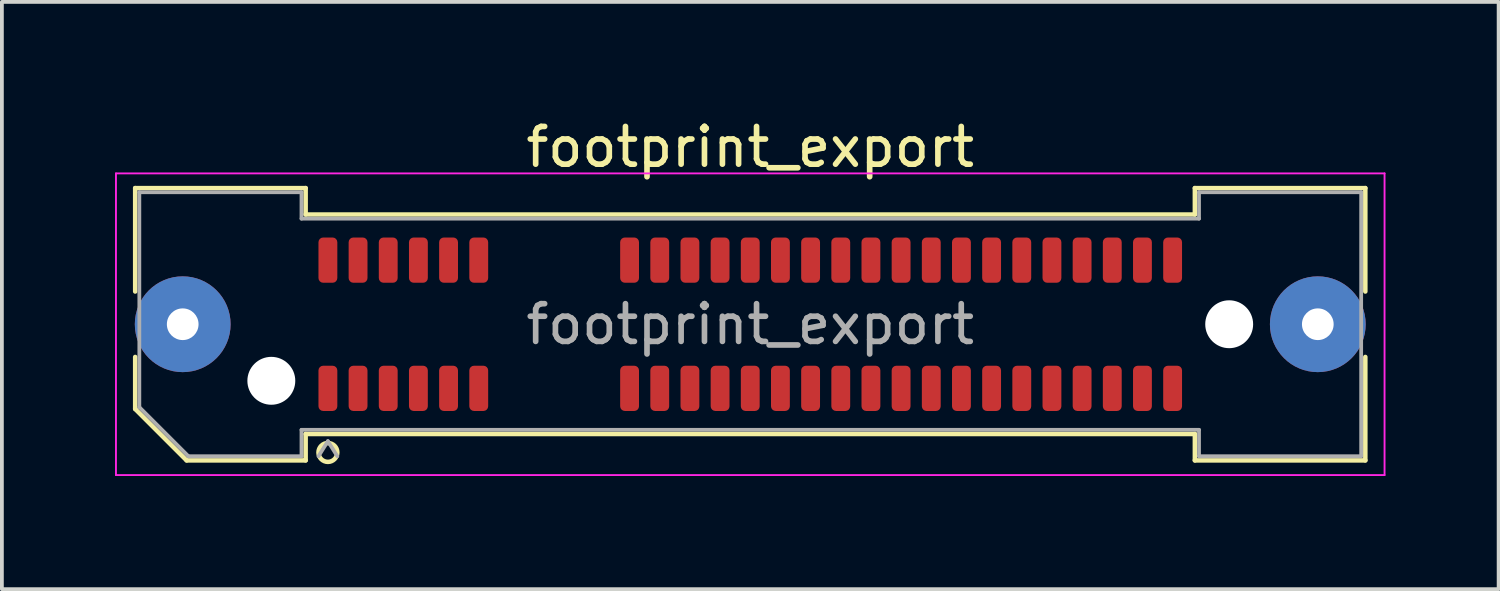
<source format=kicad_pcb>
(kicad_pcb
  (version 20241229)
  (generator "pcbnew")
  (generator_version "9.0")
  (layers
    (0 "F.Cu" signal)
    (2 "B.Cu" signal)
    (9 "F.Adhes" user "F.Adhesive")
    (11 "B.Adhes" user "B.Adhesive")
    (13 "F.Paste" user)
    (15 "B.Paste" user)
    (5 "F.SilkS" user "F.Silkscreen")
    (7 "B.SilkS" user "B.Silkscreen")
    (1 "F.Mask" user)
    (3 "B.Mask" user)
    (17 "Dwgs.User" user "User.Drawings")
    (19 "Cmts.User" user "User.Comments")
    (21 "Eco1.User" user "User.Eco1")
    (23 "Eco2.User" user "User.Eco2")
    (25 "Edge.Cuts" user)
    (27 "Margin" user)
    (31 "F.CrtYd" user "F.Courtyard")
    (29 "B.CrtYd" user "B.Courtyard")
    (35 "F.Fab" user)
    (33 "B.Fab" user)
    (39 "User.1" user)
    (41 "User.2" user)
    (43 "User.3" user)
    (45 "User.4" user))
  (footprint "footprint_export"
    (layer "F.Cu")
    (at 16.845 5.548)
    (property "Reference" "footprint_export" (at 0 -4.7 0) (layer "F.SilkS") (effects (font (size 1 1) (thickness 0.15))))
    (attr smd)
    (fp_line (start -16.31 -3.61) (end -11.79 -3.61) (stroke (width 0.12) (type solid)) (layer "F.SilkS"))
    (fp_line (start -16.31 -0.868) (end -16.31 -3.61) (stroke (width 0.12) (type solid)) (layer "F.SilkS"))
    (fp_line (start -16.31 2.246) (end -16.31 0.868) (stroke (width 0.12) (type solid)) (layer "F.SilkS"))
    (fp_line (start -14.946 3.61) (end -16.31 2.246) (stroke (width 0.12) (type solid)) (layer "F.SilkS"))
    (fp_line (start -11.79 -3.61) (end -11.79 -2.91) (stroke (width 0.12) (type solid)) (layer "F.SilkS"))
    (fp_line (start -11.79 -2.91) (end 11.79 -2.91) (stroke (width 0.12) (type solid)) (layer "F.SilkS"))
    (fp_line (start -11.79 2.91) (end -11.79 3.61) (stroke (width 0.12) (type solid)) (layer "F.SilkS"))
    (fp_line (start -11.79 3.61) (end -14.946 3.61) (stroke (width 0.12) (type solid)) (layer "F.SilkS"))
    (fp_line (start 11.79 -3.61) (end 16.31 -3.61) (stroke (width 0.12) (type solid)) (layer "F.SilkS"))
    (fp_line (start 11.79 -2.91) (end 11.79 -3.61) (stroke (width 0.12) (type solid)) (layer "F.SilkS"))
    (fp_line (start 11.79 2.91) (end -11.79 2.91) (stroke (width 0.12) (type solid)) (layer "F.SilkS"))
    (fp_line (start 11.79 3.61) (end 11.79 2.91) (stroke (width 0.12) (type solid)) (layer "F.SilkS"))
    (fp_line (start 16.31 -3.61) (end 16.31 -0.868) (stroke (width 0.12) (type solid)) (layer "F.SilkS"))
    (fp_line (start 16.31 0.868) (end 16.31 3.61) (stroke (width 0.12) (type solid)) (layer "F.SilkS"))
    (fp_line (start 16.31 3.61) (end 11.79 3.61) (stroke (width 0.12) (type solid)) (layer "F.SilkS"))
    (fp_arc (start -10.95 3.4) (mid -11.45 3.4) (end -10.95 3.4) (stroke (width 0.12) (type solid)) (layer "F.SilkS"))
    (fp_line (start -16.82 -4) (end -16.82 4) (stroke (width 0.05) (type solid)) (layer "F.CrtYd"))
    (fp_line (start -16.82 4) (end 16.82 4) (stroke (width 0.05) (type solid)) (layer "F.CrtYd"))
    (fp_line (start 16.82 -4) (end -16.82 -4) (stroke (width 0.05) (type solid)) (layer "F.CrtYd"))
    (fp_line (start 16.82 4) (end 16.82 -4) (stroke (width 0.05) (type solid)) (layer "F.CrtYd"))
    (fp_line (start -16.2 -3.5) (end -11.9 -3.5) (stroke (width 0.1) (type solid)) (layer "F.Fab"))
    (fp_line (start -16.2 2.2) (end -16.2 -3.5) (stroke (width 0.1) (type solid)) (layer "F.Fab"))
    (fp_line (start -14.9 3.5) (end -16.2 2.2) (stroke (width 0.1) (type solid)) (layer "F.Fab"))
    (fp_line (start -11.9 -3.5) (end -11.9 -2.8) (stroke (width 0.1) (type solid)) (layer "F.Fab"))
    (fp_line (start -11.9 -2.8) (end 11.9 -2.8) (stroke (width 0.1) (type solid)) (layer "F.Fab"))
    (fp_line (start -11.9 2.8) (end -11.9 3.5) (stroke (width 0.1) (type solid)) (layer "F.Fab"))
    (fp_line (start -11.9 3.5) (end -14.9 3.5) (stroke (width 0.1) (type solid)) (layer "F.Fab"))
    (fp_line (start -11.2 3.1) (end -11.45 3.5) (stroke (width 0.1) (type solid)) (layer "F.Fab"))
    (fp_line (start -11.2 3.1) (end -10.95 3.5) (stroke (width 0.1) (type solid)) (layer "F.Fab"))
    (fp_line (start 11.9 -3.5) (end 16.2 -3.5) (stroke (width 0.1) (type solid)) (layer "F.Fab"))
    (fp_line (start 11.9 -2.8) (end 11.9 -3.5) (stroke (width 0.1) (type solid)) (layer "F.Fab"))
    (fp_line (start 11.9 2.8) (end -11.9 2.8) (stroke (width 0.1) (type solid)) (layer "F.Fab"))
    (fp_line (start 11.9 3.5) (end 11.9 2.8) (stroke (width 0.1) (type solid)) (layer "F.Fab"))
    (fp_line (start 16.2 -3.5) (end 16.2 3.5) (stroke (width 0.1) (type solid)) (layer "F.Fab"))
    (fp_line (start 16.2 3.5) (end 11.9 3.5) (stroke (width 0.1) (type solid)) (layer "F.Fab"))
    (fp_text user "${REFERENCE}" (at 0 0 0) (layer "F.Fab") (effects (font (size 1 1) (thickness 0.15))))
    (pad "" thru_hole circle (at -15.05 0) (size 2.54 2.54) (drill 0.84) (layers "*.Cu" "*.Mask" "F.Paste"))
    (pad "" np_thru_hole circle (at -12.7 1.5) (size 1.27 1.27) (drill 1.27) (layers "*.Cu" "*.Mask"))
    (pad "" np_thru_hole circle (at 12.7 0) (size 1.27 1.27) (drill 1.27) (layers "*.Cu" "*.Mask"))
    (pad "" thru_hole circle (at 15.05 0) (size 2.54 2.54) (drill 0.84) (layers "*.Cu" "*.Mask" "F.Paste"))
    (pad "1" smd roundrect (at -11.2 1.7) (size 0.5 1.2) (layers "F.Cu" "F.Mask" "F.Paste") (roundrect_rratio 0.25))
    (pad "2" smd roundrect (at -11.2 -1.7) (size 0.5 1.2) (layers "F.Cu" "F.Mask" "F.Paste") (roundrect_rratio 0.25))
    (pad "3" smd roundrect (at -10.4 1.7) (size 0.5 1.2) (layers "F.Cu" "F.Mask" "F.Paste") (roundrect_rratio 0.25))
    (pad "4" smd roundrect (at -10.4 -1.7) (size 0.5 1.2) (layers "F.Cu" "F.Mask" "F.Paste") (roundrect_rratio 0.25))
    (pad "5" smd roundrect (at -9.6 1.7) (size 0.5 1.2) (layers "F.Cu" "F.Mask" "F.Paste") (roundrect_rratio 0.25))
    (pad "6" smd roundrect (at -9.6 -1.7) (size 0.5 1.2) (layers "F.Cu" "F.Mask" "F.Paste") (roundrect_rratio 0.25))
    (pad "7" smd roundrect (at -8.8 1.7) (size 0.5 1.2) (layers "F.Cu" "F.Mask" "F.Paste") (roundrect_rratio 0.25))
    (pad "8" smd roundrect (at -8.8 -1.7) (size 0.5 1.2) (layers "F.Cu" "F.Mask" "F.Paste") (roundrect_rratio 0.25))
    (pad "9" smd roundrect (at -8 1.7) (size 0.5 1.2) (layers "F.Cu" "F.Mask" "F.Paste") (roundrect_rratio 0.25))
    (pad "10" smd roundrect (at -8 -1.7) (size 0.5 1.2) (layers "F.Cu" "F.Mask" "F.Paste") (roundrect_rratio 0.25))
    (pad "11" smd roundrect (at -7.2 1.7) (size 0.5 1.2) (layers "F.Cu" "F.Mask" "F.Paste") (roundrect_rratio 0.25))
    (pad "12" smd roundrect (at -7.2 -1.7) (size 0.5 1.2) (layers "F.Cu" "F.Mask" "F.Paste") (roundrect_rratio 0.25))
    (pad "13" smd roundrect (at -3.2 1.7) (size 0.5 1.2) (layers "F.Cu" "F.Mask" "F.Paste") (roundrect_rratio 0.25))
    (pad "14" smd roundrect (at -3.2 -1.7) (size 0.5 1.2) (layers "F.Cu" "F.Mask" "F.Paste") (roundrect_rratio 0.25))
    (pad "15" smd roundrect (at -2.4 1.7) (size 0.5 1.2) (layers "F.Cu" "F.Mask" "F.Paste") (roundrect_rratio 0.25))
    (pad "16" smd roundrect (at -2.4 -1.7) (size 0.5 1.2) (layers "F.Cu" "F.Mask" "F.Paste") (roundrect_rratio 0.25))
    (pad "17" smd roundrect (at -1.6 1.7) (size 0.5 1.2) (layers "F.Cu" "F.Mask" "F.Paste") (roundrect_rratio 0.25))
    (pad "18" smd roundrect (at -1.6 -1.7) (size 0.5 1.2) (layers "F.Cu" "F.Mask" "F.Paste") (roundrect_rratio 0.25))
    (pad "19" smd roundrect (at -0.8 1.7) (size 0.5 1.2) (layers "F.Cu" "F.Mask" "F.Paste") (roundrect_rratio 0.25))
    (pad "20" smd roundrect (at -0.8 -1.7) (size 0.5 1.2) (layers "F.Cu" "F.Mask" "F.Paste") (roundrect_rratio 0.25))
    (pad "21" smd roundrect (at 0 1.7) (size 0.5 1.2) (layers "F.Cu" "F.Mask" "F.Paste") (roundrect_rratio 0.25))
    (pad "22" smd roundrect (at 0 -1.7) (size 0.5 1.2) (layers "F.Cu" "F.Mask" "F.Paste") (roundrect_rratio 0.25))
    (pad "23" smd roundrect (at 0.8 1.7) (size 0.5 1.2) (layers "F.Cu" "F.Mask" "F.Paste") (roundrect_rratio 0.25))
    (pad "24" smd roundrect (at 0.8 -1.7) (size 0.5 1.2) (layers "F.Cu" "F.Mask" "F.Paste") (roundrect_rratio 0.25))
    (pad "25" smd roundrect (at 1.6 1.7) (size 0.5 1.2) (layers "F.Cu" "F.Mask" "F.Paste") (roundrect_rratio 0.25))
    (pad "26" smd roundrect (at 1.6 -1.7) (size 0.5 1.2) (layers "F.Cu" "F.Mask" "F.Paste") (roundrect_rratio 0.25))
    (pad "27" smd roundrect (at 2.4 1.7) (size 0.5 1.2) (layers "F.Cu" "F.Mask" "F.Paste") (roundrect_rratio 0.25))
    (pad "28" smd roundrect (at 2.4 -1.7) (size 0.5 1.2) (layers "F.Cu" "F.Mask" "F.Paste") (roundrect_rratio 0.25))
    (pad "29" smd roundrect (at 3.2 1.7) (size 0.5 1.2) (layers "F.Cu" "F.Mask" "F.Paste") (roundrect_rratio 0.25))
    (pad "30" smd roundrect (at 3.2 -1.7) (size 0.5 1.2) (layers "F.Cu" "F.Mask" "F.Paste") (roundrect_rratio 0.25))
    (pad "31" smd roundrect (at 4 1.7) (size 0.5 1.2) (layers "F.Cu" "F.Mask" "F.Paste") (roundrect_rratio 0.25))
    (pad "32" smd roundrect (at 4 -1.7) (size 0.5 1.2) (layers "F.Cu" "F.Mask" "F.Paste") (roundrect_rratio 0.25))
    (pad "33" smd roundrect (at 4.8 1.7) (size 0.5 1.2) (layers "F.Cu" "F.Mask" "F.Paste") (roundrect_rratio 0.25))
    (pad "34" smd roundrect (at 4.8 -1.7) (size 0.5 1.2) (layers "F.Cu" "F.Mask" "F.Paste") (roundrect_rratio 0.25))
    (pad "35" smd roundrect (at 5.6 1.7) (size 0.5 1.2) (layers "F.Cu" "F.Mask" "F.Paste") (roundrect_rratio 0.25))
    (pad "36" smd roundrect (at 5.6 -1.7) (size 0.5 1.2) (layers "F.Cu" "F.Mask" "F.Paste") (roundrect_rratio 0.25))
    (pad "37" smd roundrect (at 6.4 1.7) (size 0.5 1.2) (layers "F.Cu" "F.Mask" "F.Paste") (roundrect_rratio 0.25))
    (pad "38" smd roundrect (at 6.4 -1.7) (size 0.5 1.2) (layers "F.Cu" "F.Mask" "F.Paste") (roundrect_rratio 0.25))
    (pad "39" smd roundrect (at 7.2 1.7) (size 0.5 1.2) (layers "F.Cu" "F.Mask" "F.Paste") (roundrect_rratio 0.25))
    (pad "40" smd roundrect (at 7.2 -1.7) (size 0.5 1.2) (layers "F.Cu" "F.Mask" "F.Paste") (roundrect_rratio 0.25))
    (pad "41" smd roundrect (at 8 1.7) (size 0.5 1.2) (layers "F.Cu" "F.Mask" "F.Paste") (roundrect_rratio 0.25))
    (pad "42" smd roundrect (at 8 -1.7) (size 0.5 1.2) (layers "F.Cu" "F.Mask" "F.Paste") (roundrect_rratio 0.25))
    (pad "43" smd roundrect (at 8.8 1.7) (size 0.5 1.2) (layers "F.Cu" "F.Mask" "F.Paste") (roundrect_rratio 0.25))
    (pad "44" smd roundrect (at 8.8 -1.7) (size 0.5 1.2) (layers "F.Cu" "F.Mask" "F.Paste") (roundrect_rratio 0.25))
    (pad "45" smd roundrect (at 9.6 1.7) (size 0.5 1.2) (layers "F.Cu" "F.Mask" "F.Paste") (roundrect_rratio 0.25))
    (pad "46" smd roundrect (at 9.6 -1.7) (size 0.5 1.2) (layers "F.Cu" "F.Mask" "F.Paste") (roundrect_rratio 0.25))
    (pad "47" smd roundrect (at 10.4 1.7) (size 0.5 1.2) (layers "F.Cu" "F.Mask" "F.Paste") (roundrect_rratio 0.25))
    (pad "48" smd roundrect (at 10.4 -1.7) (size 0.5 1.2) (layers "F.Cu" "F.Mask" "F.Paste") (roundrect_rratio 0.25))
    (pad "49" smd roundrect (at 11.2 1.7) (size 0.5 1.2) (layers "F.Cu" "F.Mask" "F.Paste") (roundrect_rratio 0.25))
    (pad "50" smd roundrect (at 11.2 -1.7) (size 0.5 1.2) (layers "F.Cu" "F.Mask" "F.Paste") (roundrect_rratio 0.25)))
  (gr_rect
    (start -3 -3)
    (end 36.69 12.573)
    (stroke (width 0.1) (type default))
    (fill no)
    (layer "Edge.Cuts")))
</source>
